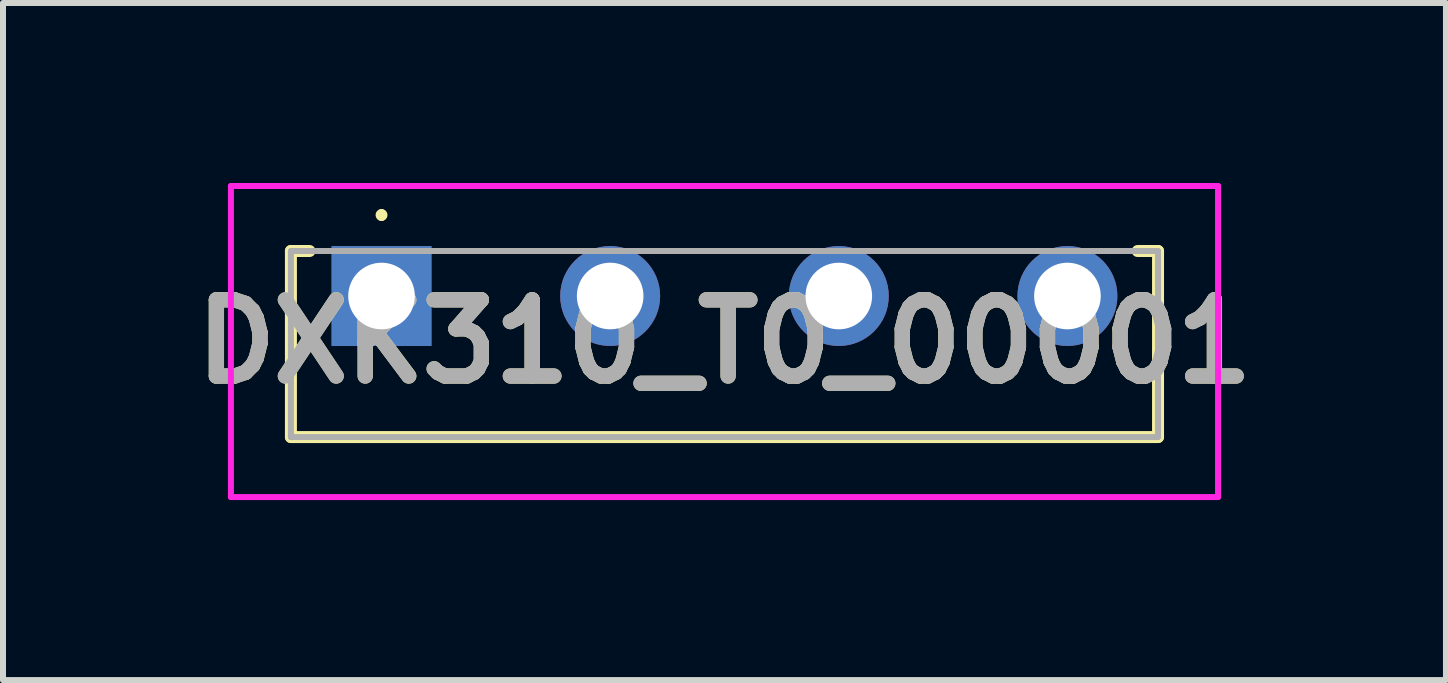
<source format=kicad_pcb>
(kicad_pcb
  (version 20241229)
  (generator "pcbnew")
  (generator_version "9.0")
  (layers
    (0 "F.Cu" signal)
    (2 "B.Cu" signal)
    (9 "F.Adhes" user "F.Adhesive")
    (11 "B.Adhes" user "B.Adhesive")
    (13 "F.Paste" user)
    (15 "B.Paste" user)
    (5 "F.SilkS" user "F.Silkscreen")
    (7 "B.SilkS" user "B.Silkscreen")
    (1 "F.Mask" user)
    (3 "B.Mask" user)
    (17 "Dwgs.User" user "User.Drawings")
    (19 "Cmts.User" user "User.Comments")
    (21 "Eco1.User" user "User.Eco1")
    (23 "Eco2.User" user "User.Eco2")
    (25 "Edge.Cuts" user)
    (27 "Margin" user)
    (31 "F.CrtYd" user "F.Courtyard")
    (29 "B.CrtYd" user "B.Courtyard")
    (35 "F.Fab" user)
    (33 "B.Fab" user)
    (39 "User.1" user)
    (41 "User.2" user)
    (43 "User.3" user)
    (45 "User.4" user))
  (footprint "DXK310_T0_00001"
    (layer "F.Cu")
    (at 3.308 1.883)
    (property "Reference" "DXK310_T0_00001" (at 5.715 0.759 0) (layer "F.SilkS") (effects (font (size 1.27 1.27) (thickness 0.254))))
    (attr through_hole)
    (fp_line (start -1.51 -0.75) (end -1.51 2.35) (stroke (width 0.2) (type solid)) (layer "F.SilkS"))
    (fp_line (start -1.51 2.35) (end 12.94 2.35) (stroke (width 0.2) (type solid)) (layer "F.SilkS"))
    (fp_line (start -1.2 -0.75) (end -1.51 -0.75) (stroke (width 0.2) (type solid)) (layer "F.SilkS"))
    (fp_line (start 0 -1.4) (end 0 -1.4) (stroke (width 0.1) (type solid)) (layer "F.SilkS"))
    (fp_line (start 0 -1.3) (end 0 -1.3) (stroke (width 0.1) (type solid)) (layer "F.SilkS"))
    (fp_line (start 12.94 -0.75) (end 12.6 -0.75) (stroke (width 0.2) (type solid)) (layer "F.SilkS"))
    (fp_line (start 12.94 2.35) (end 12.94 -0.75) (stroke (width 0.2) (type solid)) (layer "F.SilkS"))
    (fp_arc (start 0 -1.4) (mid 0.05 -1.35) (end 0 -1.3) (stroke (width 0.1) (type solid)) (layer "F.SilkS"))
    (fp_arc (start 0 -1.3) (mid -0.05 -1.35) (end 0 -1.4) (stroke (width 0.1) (type solid)) (layer "F.SilkS"))
    (fp_line (start -2.51 -1.833) (end -2.51 3.35) (stroke (width 0.1) (type solid)) (layer "F.CrtYd"))
    (fp_line (start -2.51 3.35) (end 13.94 3.35) (stroke (width 0.1) (type solid)) (layer "F.CrtYd"))
    (fp_line (start 13.94 -1.833) (end -2.51 -1.833) (stroke (width 0.1) (type solid)) (layer "F.CrtYd"))
    (fp_line (start 13.94 3.35) (end 13.94 -1.833) (stroke (width 0.1) (type solid)) (layer "F.CrtYd"))
    (fp_line (start -1.51 -0.75) (end -1.51 2.35) (stroke (width 0.1) (type solid)) (layer "F.Fab"))
    (fp_line (start -1.51 2.35) (end 12.94 2.35) (stroke (width 0.1) (type solid)) (layer "F.Fab"))
    (fp_line (start 12.94 -0.75) (end -1.51 -0.75) (stroke (width 0.1) (type solid)) (layer "F.Fab"))
    (fp_line (start 12.94 2.35) (end 12.94 -0.75) (stroke (width 0.1) (type solid)) (layer "F.Fab"))
    (fp_text user "${REFERENCE}" (at 5.715 0.759 0) (layer "F.Fab") (effects (font (size 1.27 1.27) (thickness 0.254))))
    (pad "1" thru_hole rect (at 0 0) (size 1.665 1.665) (drill 1.11) (layers "*.Cu" "*.Mask"))
    (pad "2" thru_hole circle (at 3.81 0) (size 1.665 1.665) (drill 1.11) (layers "*.Cu" "*.Mask"))
    (pad "3" thru_hole circle (at 7.62 0) (size 1.665 1.665) (drill 1.11) (layers "*.Cu" "*.Mask"))
    (pad "4" thru_hole circle (at 11.43 0) (size 1.665 1.665) (drill 1.11) (layers "*.Cu" "*.Mask")))
  (gr_rect
    (start -3 -3)
    (end 21.046 8.283)
    (stroke (width 0.1) (type default))
    (fill no)
    (layer "Edge.Cuts")))
</source>
